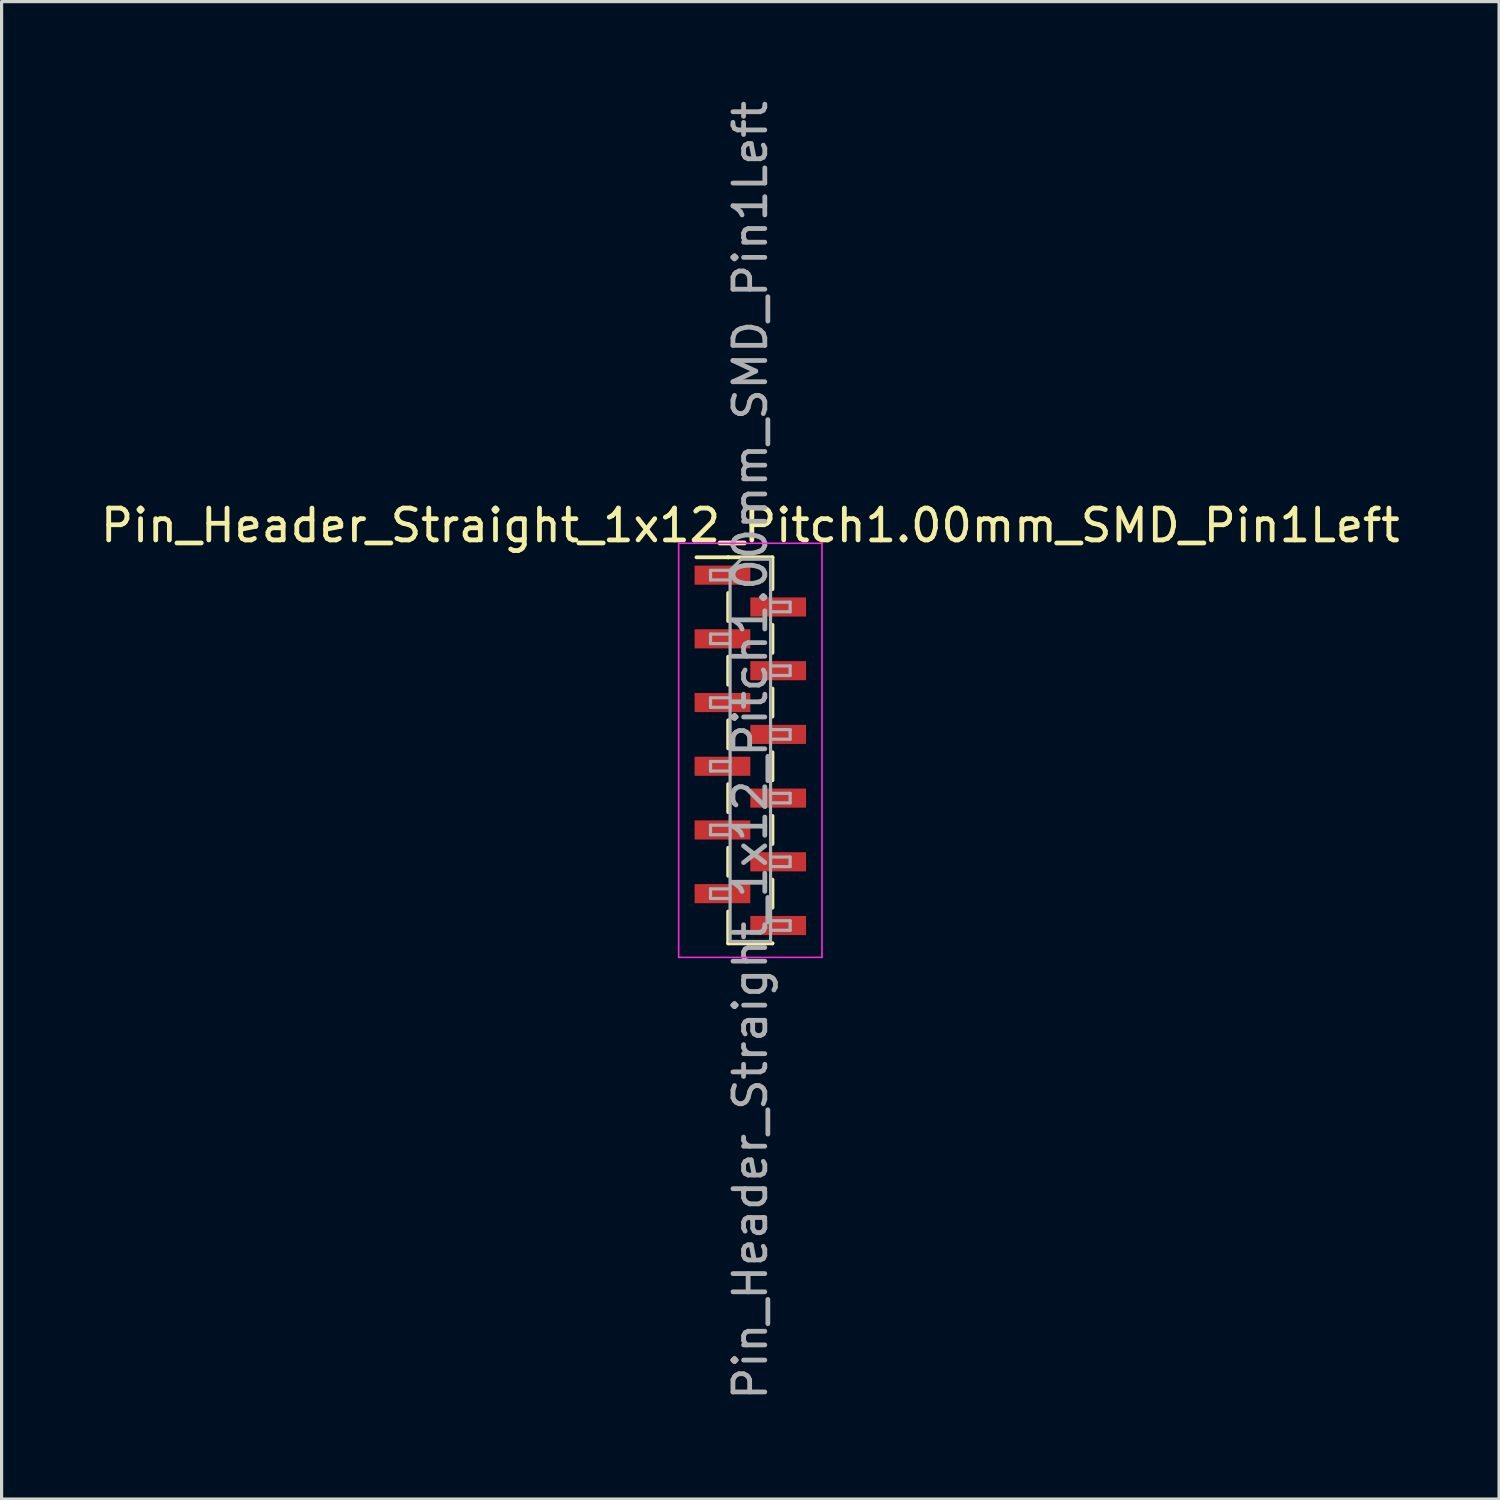
<source format=kicad_pcb>
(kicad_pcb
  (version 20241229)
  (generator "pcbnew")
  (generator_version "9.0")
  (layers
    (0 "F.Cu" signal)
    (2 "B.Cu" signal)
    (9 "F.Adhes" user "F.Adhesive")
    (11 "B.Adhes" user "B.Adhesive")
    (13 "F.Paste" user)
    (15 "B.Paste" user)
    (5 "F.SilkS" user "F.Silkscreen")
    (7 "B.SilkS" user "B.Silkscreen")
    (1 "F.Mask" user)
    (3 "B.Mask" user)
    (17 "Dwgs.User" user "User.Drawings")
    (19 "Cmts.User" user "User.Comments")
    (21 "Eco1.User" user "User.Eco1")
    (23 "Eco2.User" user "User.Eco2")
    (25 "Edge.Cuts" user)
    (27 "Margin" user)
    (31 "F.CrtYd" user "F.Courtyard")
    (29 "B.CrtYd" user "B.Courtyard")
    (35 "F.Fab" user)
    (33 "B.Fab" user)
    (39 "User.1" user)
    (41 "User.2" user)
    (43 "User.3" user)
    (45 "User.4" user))
  (footprint "Pin_Header_Straight_1x12_Pitch1.00mm_SMD_Pin1Left"
    (layer "F.Cu")
    (at 20.506 20.506)
    (property "Reference" "Pin_Header_Straight_1x12_Pitch1.00mm_SMD_Pin1Left" (at 0 -7.06 0) (layer "F.SilkS") (effects (font (size 1 1) (thickness 0.15))))
    (attr smd)
    (fp_line (start -0.695 -6.06) (end -1.69 -6.06) (stroke (width 0.12) (type solid)) (layer "F.SilkS"))
    (fp_line (start -0.695 -6.06) (end -0.695 -6.06) (stroke (width 0.12) (type solid)) (layer "F.SilkS"))
    (fp_line (start -0.695 -6.06) (end 0.695 -6.06) (stroke (width 0.12) (type solid)) (layer "F.SilkS"))
    (fp_line (start -0.695 -4.94) (end -0.695 -4.06) (stroke (width 0.12) (type solid)) (layer "F.SilkS"))
    (fp_line (start -0.695 -2.94) (end -0.695 -2.06) (stroke (width 0.12) (type solid)) (layer "F.SilkS"))
    (fp_line (start -0.695 -0.94) (end -0.695 -0.06) (stroke (width 0.12) (type solid)) (layer "F.SilkS"))
    (fp_line (start -0.695 1.06) (end -0.695 1.94) (stroke (width 0.12) (type solid)) (layer "F.SilkS"))
    (fp_line (start -0.695 3.06) (end -0.695 3.94) (stroke (width 0.12) (type solid)) (layer "F.SilkS"))
    (fp_line (start -0.695 5.06) (end -0.695 6.06) (stroke (width 0.12) (type solid)) (layer "F.SilkS"))
    (fp_line (start -0.695 6.06) (end 0.695 6.06) (stroke (width 0.12) (type solid)) (layer "F.SilkS"))
    (fp_line (start 0.695 -6.06) (end 0.695 -5.06) (stroke (width 0.12) (type solid)) (layer "F.SilkS"))
    (fp_line (start 0.695 -3.94) (end 0.695 -3.06) (stroke (width 0.12) (type solid)) (layer "F.SilkS"))
    (fp_line (start 0.695 -1.94) (end 0.695 -1.06) (stroke (width 0.12) (type solid)) (layer "F.SilkS"))
    (fp_line (start 0.695 0.06) (end 0.695 0.94) (stroke (width 0.12) (type solid)) (layer "F.SilkS"))
    (fp_line (start 0.695 2.06) (end 0.695 2.94) (stroke (width 0.12) (type solid)) (layer "F.SilkS"))
    (fp_line (start 0.695 4.06) (end 0.695 4.94) (stroke (width 0.12) (type solid)) (layer "F.SilkS"))
    (fp_line (start 0.695 6.06) (end 0.695 6.06) (stroke (width 0.12) (type solid)) (layer "F.SilkS"))
    (fp_line (start -2.25 -6.5) (end -2.25 6.5) (stroke (width 0.05) (type solid)) (layer "F.CrtYd"))
    (fp_line (start -2.25 6.5) (end 2.25 6.5) (stroke (width 0.05) (type solid)) (layer "F.CrtYd"))
    (fp_line (start 2.25 -6.5) (end -2.25 -6.5) (stroke (width 0.05) (type solid)) (layer "F.CrtYd"))
    (fp_line (start 2.25 6.5) (end 2.25 -6.5) (stroke (width 0.05) (type solid)) (layer "F.CrtYd"))
    (fp_line (start -1.25 -5.65) (end -1.25 -5.35) (stroke (width 0.1) (type solid)) (layer "F.Fab"))
    (fp_line (start -1.25 -5.35) (end -0.635 -5.35) (stroke (width 0.1) (type solid)) (layer "F.Fab"))
    (fp_line (start -1.25 -3.65) (end -1.25 -3.35) (stroke (width 0.1) (type solid)) (layer "F.Fab"))
    (fp_line (start -1.25 -3.35) (end -0.635 -3.35) (stroke (width 0.1) (type solid)) (layer "F.Fab"))
    (fp_line (start -1.25 -1.65) (end -1.25 -1.35) (stroke (width 0.1) (type solid)) (layer "F.Fab"))
    (fp_line (start -1.25 -1.35) (end -0.635 -1.35) (stroke (width 0.1) (type solid)) (layer "F.Fab"))
    (fp_line (start -1.25 0.35) (end -1.25 0.65) (stroke (width 0.1) (type solid)) (layer "F.Fab"))
    (fp_line (start -1.25 0.65) (end -0.635 0.65) (stroke (width 0.1) (type solid)) (layer "F.Fab"))
    (fp_line (start -1.25 2.35) (end -1.25 2.65) (stroke (width 0.1) (type solid)) (layer "F.Fab"))
    (fp_line (start -1.25 2.65) (end -0.635 2.65) (stroke (width 0.1) (type solid)) (layer "F.Fab"))
    (fp_line (start -1.25 4.35) (end -1.25 4.65) (stroke (width 0.1) (type solid)) (layer "F.Fab"))
    (fp_line (start -1.25 4.65) (end -0.635 4.65) (stroke (width 0.1) (type solid)) (layer "F.Fab"))
    (fp_line (start -0.635 -5.65) (end -1.25 -5.65) (stroke (width 0.1) (type solid)) (layer "F.Fab"))
    (fp_line (start -0.635 -5.65) (end -0.285 -6) (stroke (width 0.1) (type solid)) (layer "F.Fab"))
    (fp_line (start -0.635 -3.65) (end -1.25 -3.65) (stroke (width 0.1) (type solid)) (layer "F.Fab"))
    (fp_line (start -0.635 -1.65) (end -1.25 -1.65) (stroke (width 0.1) (type solid)) (layer "F.Fab"))
    (fp_line (start -0.635 0.35) (end -1.25 0.35) (stroke (width 0.1) (type solid)) (layer "F.Fab"))
    (fp_line (start -0.635 2.35) (end -1.25 2.35) (stroke (width 0.1) (type solid)) (layer "F.Fab"))
    (fp_line (start -0.635 4.35) (end -1.25 4.35) (stroke (width 0.1) (type solid)) (layer "F.Fab"))
    (fp_line (start -0.635 6) (end -0.635 -5.65) (stroke (width 0.1) (type solid)) (layer "F.Fab"))
    (fp_line (start -0.285 -6) (end 0.635 -6) (stroke (width 0.1) (type solid)) (layer "F.Fab"))
    (fp_line (start 0.635 -6) (end 0.635 6) (stroke (width 0.1) (type solid)) (layer "F.Fab"))
    (fp_line (start 0.635 -4.65) (end 1.25 -4.65) (stroke (width 0.1) (type solid)) (layer "F.Fab"))
    (fp_line (start 0.635 -2.65) (end 1.25 -2.65) (stroke (width 0.1) (type solid)) (layer "F.Fab"))
    (fp_line (start 0.635 -0.65) (end 1.25 -0.65) (stroke (width 0.1) (type solid)) (layer "F.Fab"))
    (fp_line (start 0.635 1.35) (end 1.25 1.35) (stroke (width 0.1) (type solid)) (layer "F.Fab"))
    (fp_line (start 0.635 3.35) (end 1.25 3.35) (stroke (width 0.1) (type solid)) (layer "F.Fab"))
    (fp_line (start 0.635 5.35) (end 1.25 5.35) (stroke (width 0.1) (type solid)) (layer "F.Fab"))
    (fp_line (start 0.635 6) (end -0.635 6) (stroke (width 0.1) (type solid)) (layer "F.Fab"))
    (fp_line (start 1.25 -4.65) (end 1.25 -4.35) (stroke (width 0.1) (type solid)) (layer "F.Fab"))
    (fp_line (start 1.25 -4.35) (end 0.635 -4.35) (stroke (width 0.1) (type solid)) (layer "F.Fab"))
    (fp_line (start 1.25 -2.65) (end 1.25 -2.35) (stroke (width 0.1) (type solid)) (layer "F.Fab"))
    (fp_line (start 1.25 -2.35) (end 0.635 -2.35) (stroke (width 0.1) (type solid)) (layer "F.Fab"))
    (fp_line (start 1.25 -0.65) (end 1.25 -0.35) (stroke (width 0.1) (type solid)) (layer "F.Fab"))
    (fp_line (start 1.25 -0.35) (end 0.635 -0.35) (stroke (width 0.1) (type solid)) (layer "F.Fab"))
    (fp_line (start 1.25 1.35) (end 1.25 1.65) (stroke (width 0.1) (type solid)) (layer "F.Fab"))
    (fp_line (start 1.25 1.65) (end 0.635 1.65) (stroke (width 0.1) (type solid)) (layer "F.Fab"))
    (fp_line (start 1.25 3.35) (end 1.25 3.65) (stroke (width 0.1) (type solid)) (layer "F.Fab"))
    (fp_line (start 1.25 3.65) (end 0.635 3.65) (stroke (width 0.1) (type solid)) (layer "F.Fab"))
    (fp_line (start 1.25 5.35) (end 1.25 5.65) (stroke (width 0.1) (type solid)) (layer "F.Fab"))
    (fp_line (start 1.25 5.65) (end 0.635 5.65) (stroke (width 0.1) (type solid)) (layer "F.Fab"))
    (fp_text user "${REFERENCE}" (at 0 0 90) (layer "F.Fab") (effects (font (size 1 1) (thickness 0.15))))
    (pad "1" smd rect (at -0.875 -5.5) (size 1.75 0.6) (layers "F.Cu" "F.Mask" "F.Paste"))
    (pad "2" smd rect (at 0.875 -4.5) (size 1.75 0.6) (layers "F.Cu" "F.Mask" "F.Paste"))
    (pad "3" smd rect (at -0.875 -3.5) (size 1.75 0.6) (layers "F.Cu" "F.Mask" "F.Paste"))
    (pad "4" smd rect (at 0.875 -2.5) (size 1.75 0.6) (layers "F.Cu" "F.Mask" "F.Paste"))
    (pad "5" smd rect (at -0.875 -1.5) (size 1.75 0.6) (layers "F.Cu" "F.Mask" "F.Paste"))
    (pad "6" smd rect (at 0.875 -0.5) (size 1.75 0.6) (layers "F.Cu" "F.Mask" "F.Paste"))
    (pad "7" smd rect (at -0.875 0.5) (size 1.75 0.6) (layers "F.Cu" "F.Mask" "F.Paste"))
    (pad "8" smd rect (at 0.875 1.5) (size 1.75 0.6) (layers "F.Cu" "F.Mask" "F.Paste"))
    (pad "9" smd rect (at -0.875 2.5) (size 1.75 0.6) (layers "F.Cu" "F.Mask" "F.Paste"))
    (pad "10" smd rect (at 0.875 3.5) (size 1.75 0.6) (layers "F.Cu" "F.Mask" "F.Paste"))
    (pad "11" smd rect (at -0.875 4.5) (size 1.75 0.6) (layers "F.Cu" "F.Mask" "F.Paste"))
    (pad "12" smd rect (at 0.875 5.5) (size 1.75 0.6) (layers "F.Cu" "F.Mask" "F.Paste")))
  (gr_rect
    (start -3 -3)
    (end 44.012 44.012)
    (stroke (width 0.1) (type default))
    (fill no)
    (layer "Edge.Cuts")))
</source>
